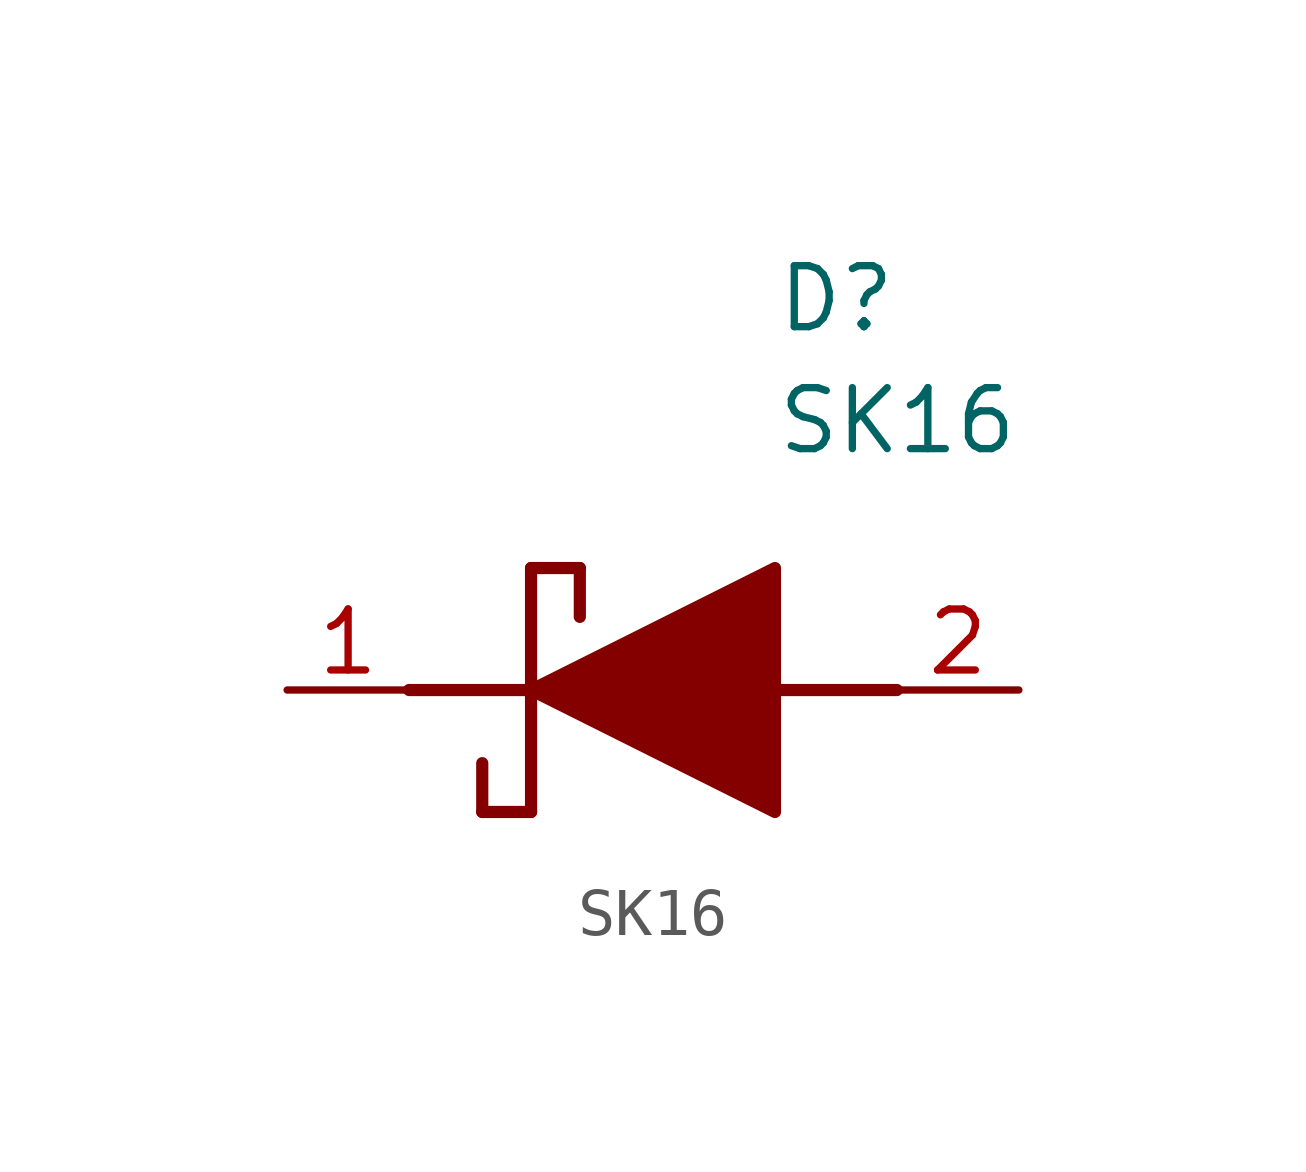
<source format=kicad_sym>
(kicad_symbol_lib
  (version 20211014)
  (generator SamacSys_ECAD_Model)
  (symbol "SK16"
    (pin_names hide)
    (property "Reference" "D"
      (at 12.7 8.89 0)
      (effects (font (size 1.27 1.27)) (justify left top)))
    (property "Value" "SK16"
      (at 12.7 6.35 0)
      (effects (font (size 1.27 1.27)) (justify left top)))
    (polyline
      (pts (xy 7.62 2.54) (xy 7.62 -2.54))
      (stroke (width 0.254) (type default))
      (fill (type none)))
    (polyline
      (pts (xy 7.62 2.54) (xy 8.636 2.54))
      (stroke (width 0.254) (type default))
      (fill (type none)))
    (polyline
      (pts (xy 8.636 1.524) (xy 8.636 2.54))
      (stroke (width 0.254) (type default))
      (fill (type none)))
    (polyline
      (pts (xy 7.62 -2.54) (xy 6.604 -2.54))
      (stroke (width 0.254) (type default))
      (fill (type none)))
    (polyline
      (pts (xy 6.604 -1.524) (xy 6.604 -2.54))
      (stroke (width 0.254) (type default))
      (fill (type none)))
    (polyline
      (pts (xy 5.08 0) (xy 7.62 0))
      (stroke (width 0.254) (type default))
      (fill (type none)))
    (polyline
      (pts (xy 12.7 0) (xy 15.24 0))
      (stroke (width 0.254) (type default))
      (fill (type none)))
    (polyline
      (pts (xy 7.62 0) (xy 12.7 2.54) (xy 12.7 -2.54) (xy 7.62 0))
      (stroke (width 0.254) (type default))
      (fill (type outline)))
    (pin passive line
      (at 2.54 0 0)
      (length 2.54)
      (name "K" (effects (font (size 1.27 1.27))))
      (number "1" (effects (font (size 1.27 1.27)))))
    (pin passive line
      (at 17.78 0 180)
      (length 2.54)
      (name "A" (effects (font (size 1.27 1.27))))
      (number "2" (effects (font (size 1.27 1.27)))))))
</source>
